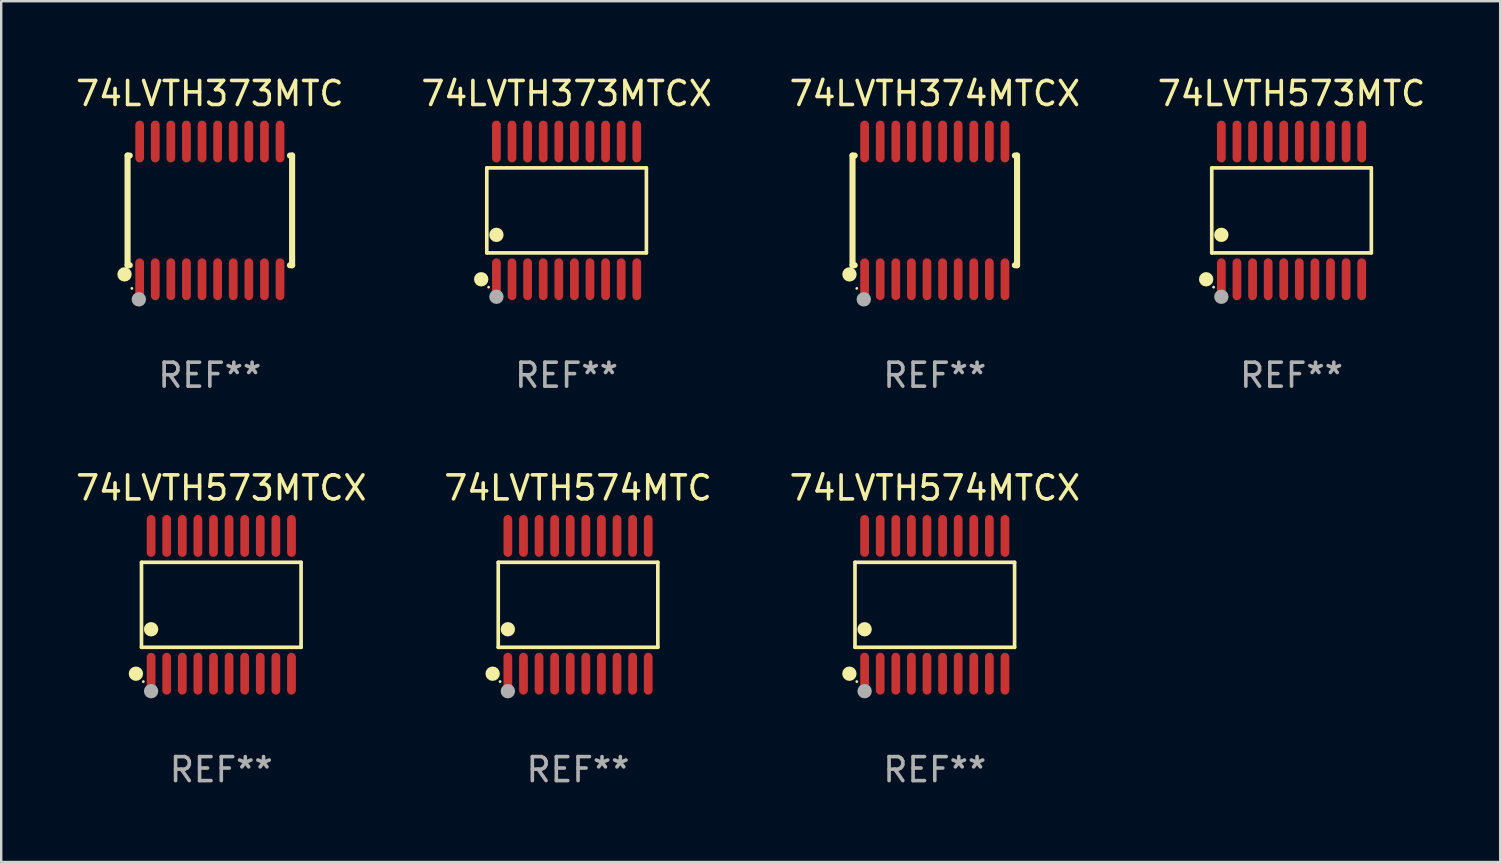
<source format=kicad_pcb>
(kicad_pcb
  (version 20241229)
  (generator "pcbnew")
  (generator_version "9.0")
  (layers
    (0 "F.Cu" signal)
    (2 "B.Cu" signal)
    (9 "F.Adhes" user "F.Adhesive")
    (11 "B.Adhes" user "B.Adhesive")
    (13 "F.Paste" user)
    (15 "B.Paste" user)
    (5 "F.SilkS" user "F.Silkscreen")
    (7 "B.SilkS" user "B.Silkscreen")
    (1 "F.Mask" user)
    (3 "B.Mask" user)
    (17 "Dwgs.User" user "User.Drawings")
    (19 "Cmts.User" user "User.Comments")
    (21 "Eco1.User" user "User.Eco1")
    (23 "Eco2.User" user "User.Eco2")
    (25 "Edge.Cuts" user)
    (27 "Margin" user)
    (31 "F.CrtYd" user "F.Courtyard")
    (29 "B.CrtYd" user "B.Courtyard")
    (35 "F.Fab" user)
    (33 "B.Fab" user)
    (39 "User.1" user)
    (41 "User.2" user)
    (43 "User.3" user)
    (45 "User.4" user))
  (footprint "74LVTH573MTC"
    (layer "F.Cu")
    (at 50.78 5.719)
    (property "Reference" "74LVTH573MTC" (at 0 -4.871 0) (layer "F.SilkS") (effects (font (size 1 1) (thickness 0.15))))
    (attr through_hole)
    (fp_line (start -3.326 -1.771) (end 3.326 -1.771) (stroke (width 0.152) (type solid)) (layer "F.SilkS"))
    (fp_line (start -3.326 1.771) (end -3.326 -1.771) (stroke (width 0.152) (type solid)) (layer "F.SilkS"))
    (fp_line (start 3.326 -1.771) (end 3.326 1.771) (stroke (width 0.152) (type solid)) (layer "F.SilkS"))
    (fp_line (start 3.326 1.771) (end -3.326 1.771) (stroke (width 0.152) (type solid)) (layer "F.SilkS"))
    (fp_circle (center -3.559 2.871) (end -3.409 2.871) (stroke (width 0.3) (type solid)) (fill no) (layer "F.SilkS"))
    (fp_circle (center -3.25 3.2) (end -3.22 3.2) (stroke (width 0.06) (type solid)) (fill no) (layer "F.SilkS"))
    (fp_circle (center -2.925 1.019) (end -2.775 1.019) (stroke (width 0.3) (type solid)) (fill no) (layer "F.SilkS"))
    (fp_circle (center -2.925 3.6) (end -2.775 3.6) (stroke (width 0.3) (type solid)) (fill no) (layer "F.Fab"))
    (fp_text user "REF**" (at 0 6.871 0) (layer "F.Fab") (effects (font (size 1 1) (thickness 0.15))))
    (pad "1" smd oval (at -2.925 2.871) (size 0.364 1.742) (layers "F.Cu" "F.Mask" "F.Paste"))
    (pad "2" smd oval (at -2.275 2.871) (size 0.364 1.742) (layers "F.Cu" "F.Mask" "F.Paste"))
    (pad "3" smd oval (at -1.625 2.871) (size 0.364 1.742) (layers "F.Cu" "F.Mask" "F.Paste"))
    (pad "4" smd oval (at -0.975 2.871) (size 0.364 1.742) (layers "F.Cu" "F.Mask" "F.Paste"))
    (pad "5" smd oval (at -0.325 2.871) (size 0.364 1.742) (layers "F.Cu" "F.Mask" "F.Paste"))
    (pad "6" smd oval (at 0.325 2.871) (size 0.364 1.742) (layers "F.Cu" "F.Mask" "F.Paste"))
    (pad "7" smd oval (at 0.975 2.871) (size 0.364 1.742) (layers "F.Cu" "F.Mask" "F.Paste"))
    (pad "8" smd oval (at 1.625 2.871) (size 0.364 1.742) (layers "F.Cu" "F.Mask" "F.Paste"))
    (pad "9" smd oval (at 2.275 2.871) (size 0.364 1.742) (layers "F.Cu" "F.Mask" "F.Paste"))
    (pad "10" smd oval (at 2.925 2.871) (size 0.364 1.742) (layers "F.Cu" "F.Mask" "F.Paste"))
    (pad "11" smd oval (at 2.925 -2.871) (size 0.364 1.742) (layers "F.Cu" "F.Mask" "F.Paste"))
    (pad "12" smd oval (at 2.275 -2.871) (size 0.364 1.742) (layers "F.Cu" "F.Mask" "F.Paste"))
    (pad "13" smd oval (at 1.625 -2.871) (size 0.364 1.742) (layers "F.Cu" "F.Mask" "F.Paste"))
    (pad "14" smd oval (at 0.975 -2.871) (size 0.364 1.742) (layers "F.Cu" "F.Mask" "F.Paste"))
    (pad "15" smd oval (at 0.325 -2.871) (size 0.364 1.742) (layers "F.Cu" "F.Mask" "F.Paste"))
    (pad "16" smd oval (at -0.325 -2.871) (size 0.364 1.742) (layers "F.Cu" "F.Mask" "F.Paste"))
    (pad "17" smd oval (at -0.975 -2.871) (size 0.364 1.742) (layers "F.Cu" "F.Mask" "F.Paste"))
    (pad "18" smd oval (at -1.625 -2.871) (size 0.364 1.742) (layers "F.Cu" "F.Mask" "F.Paste"))
    (pad "19" smd oval (at -2.275 -2.871) (size 0.364 1.742) (layers "F.Cu" "F.Mask" "F.Paste"))
    (pad "20" smd oval (at -2.925 -2.871) (size 0.364 1.742) (layers "F.Cu" "F.Mask" "F.Paste")))
  (footprint "74LVTH574MTC"
    (layer "F.Cu")
    (at 21.042 22.158)
    (property "Reference" "74LVTH574MTC" (at 0 -4.871 0) (layer "F.SilkS") (effects (font (size 1 1) (thickness 0.15))))
    (attr through_hole)
    (fp_line (start -3.326 -1.771) (end 3.326 -1.771) (stroke (width 0.152) (type solid)) (layer "F.SilkS"))
    (fp_line (start -3.326 1.771) (end -3.326 -1.771) (stroke (width 0.152) (type solid)) (layer "F.SilkS"))
    (fp_line (start 3.326 -1.771) (end 3.326 1.771) (stroke (width 0.152) (type solid)) (layer "F.SilkS"))
    (fp_line (start 3.326 1.771) (end -3.326 1.771) (stroke (width 0.152) (type solid)) (layer "F.SilkS"))
    (fp_circle (center -3.559 2.871) (end -3.409 2.871) (stroke (width 0.3) (type solid)) (fill no) (layer "F.SilkS"))
    (fp_circle (center -3.25 3.2) (end -3.22 3.2) (stroke (width 0.06) (type solid)) (fill no) (layer "F.SilkS"))
    (fp_circle (center -2.925 1.019) (end -2.775 1.019) (stroke (width 0.3) (type solid)) (fill no) (layer "F.SilkS"))
    (fp_circle (center -2.925 3.6) (end -2.775 3.6) (stroke (width 0.3) (type solid)) (fill no) (layer "F.Fab"))
    (fp_text user "REF**" (at 0 6.871 0) (layer "F.Fab") (effects (font (size 1 1) (thickness 0.15))))
    (pad "1" smd oval (at -2.925 2.871) (size 0.364 1.742) (layers "F.Cu" "F.Mask" "F.Paste"))
    (pad "2" smd oval (at -2.275 2.871) (size 0.364 1.742) (layers "F.Cu" "F.Mask" "F.Paste"))
    (pad "3" smd oval (at -1.625 2.871) (size 0.364 1.742) (layers "F.Cu" "F.Mask" "F.Paste"))
    (pad "4" smd oval (at -0.975 2.871) (size 0.364 1.742) (layers "F.Cu" "F.Mask" "F.Paste"))
    (pad "5" smd oval (at -0.325 2.871) (size 0.364 1.742) (layers "F.Cu" "F.Mask" "F.Paste"))
    (pad "6" smd oval (at 0.325 2.871) (size 0.364 1.742) (layers "F.Cu" "F.Mask" "F.Paste"))
    (pad "7" smd oval (at 0.975 2.871) (size 0.364 1.742) (layers "F.Cu" "F.Mask" "F.Paste"))
    (pad "8" smd oval (at 1.625 2.871) (size 0.364 1.742) (layers "F.Cu" "F.Mask" "F.Paste"))
    (pad "9" smd oval (at 2.275 2.871) (size 0.364 1.742) (layers "F.Cu" "F.Mask" "F.Paste"))
    (pad "10" smd oval (at 2.925 2.871) (size 0.364 1.742) (layers "F.Cu" "F.Mask" "F.Paste"))
    (pad "11" smd oval (at 2.925 -2.871) (size 0.364 1.742) (layers "F.Cu" "F.Mask" "F.Paste"))
    (pad "12" smd oval (at 2.275 -2.871) (size 0.364 1.742) (layers "F.Cu" "F.Mask" "F.Paste"))
    (pad "13" smd oval (at 1.625 -2.871) (size 0.364 1.742) (layers "F.Cu" "F.Mask" "F.Paste"))
    (pad "14" smd oval (at 0.975 -2.871) (size 0.364 1.742) (layers "F.Cu" "F.Mask" "F.Paste"))
    (pad "15" smd oval (at 0.325 -2.871) (size 0.364 1.742) (layers "F.Cu" "F.Mask" "F.Paste"))
    (pad "16" smd oval (at -0.325 -2.871) (size 0.364 1.742) (layers "F.Cu" "F.Mask" "F.Paste"))
    (pad "17" smd oval (at -0.975 -2.871) (size 0.364 1.742) (layers "F.Cu" "F.Mask" "F.Paste"))
    (pad "18" smd oval (at -1.625 -2.871) (size 0.364 1.742) (layers "F.Cu" "F.Mask" "F.Paste"))
    (pad "19" smd oval (at -2.275 -2.871) (size 0.364 1.742) (layers "F.Cu" "F.Mask" "F.Paste"))
    (pad "20" smd oval (at -2.925 -2.871) (size 0.364 1.742) (layers "F.Cu" "F.Mask" "F.Paste")))
  (footprint "74LVTH373MTC"
    (layer "F.Cu")
    (at 5.696 5.719)
    (property "Reference" "74LVTH373MTC" (at 0 -4.871 0) (layer "F.SilkS") (effects (font (size 1 1) (thickness 0.15))))
    (attr through_hole)
    (fp_line (start -3.429 -2.286) (end -3.429 2.286) (stroke (width 0.254) (type solid)) (layer "F.SilkS"))
    (fp_line (start -3.429 2.286) (end -3.338 2.286) (stroke (width 0.254) (type solid)) (layer "F.SilkS"))
    (fp_line (start -3.338 -2.286) (end -3.429 -2.286) (stroke (width 0.254) (type solid)) (layer "F.SilkS"))
    (fp_line (start 3.338 -2.286) (end 3.429 -2.286) (stroke (width 0.254) (type solid)) (layer "F.SilkS"))
    (fp_line (start 3.429 -2.286) (end 3.429 2.286) (stroke (width 0.254) (type solid)) (layer "F.SilkS"))
    (fp_line (start 3.429 2.286) (end 3.338 2.286) (stroke (width 0.254) (type solid)) (layer "F.SilkS"))
    (fp_circle (center -3.556 2.667) (end -3.406 2.667) (stroke (width 0.3) (type solid)) (fill no) (layer "F.SilkS"))
    (fp_circle (center -3.25 3.25) (end -3.22 3.25) (stroke (width 0.06) (type solid)) (fill no) (layer "F.SilkS"))
    (fp_circle (center -2.959 3.707) (end -2.808 3.707) (stroke (width 0.3) (type solid)) (fill no) (layer "F.Fab"))
    (fp_text user "REF**" (at 0 6.871 0) (layer "F.Fab") (effects (font (size 1 1) (thickness 0.15))))
    (pad "1" smd oval (at -2.925 2.871) (size 0.364 1.742) (layers "F.Cu" "F.Mask" "F.Paste"))
    (pad "2" smd oval (at -2.275 2.871) (size 0.364 1.742) (layers "F.Cu" "F.Mask" "F.Paste"))
    (pad "3" smd oval (at -1.625 2.871) (size 0.364 1.742) (layers "F.Cu" "F.Mask" "F.Paste"))
    (pad "4" smd oval (at -0.975 2.871) (size 0.364 1.742) (layers "F.Cu" "F.Mask" "F.Paste"))
    (pad "5" smd oval (at -0.325 2.871) (size 0.364 1.742) (layers "F.Cu" "F.Mask" "F.Paste"))
    (pad "6" smd oval (at 0.325 2.871) (size 0.364 1.742) (layers "F.Cu" "F.Mask" "F.Paste"))
    (pad "7" smd oval (at 0.975 2.871) (size 0.364 1.742) (layers "F.Cu" "F.Mask" "F.Paste"))
    (pad "8" smd oval (at 1.625 2.871) (size 0.364 1.742) (layers "F.Cu" "F.Mask" "F.Paste"))
    (pad "9" smd oval (at 2.275 2.871) (size 0.364 1.742) (layers "F.Cu" "F.Mask" "F.Paste"))
    (pad "10" smd oval (at 2.925 2.871) (size 0.364 1.742) (layers "F.Cu" "F.Mask" "F.Paste"))
    (pad "11" smd oval (at 2.925 -2.871) (size 0.364 1.742) (layers "F.Cu" "F.Mask" "F.Paste"))
    (pad "12" smd oval (at 2.275 -2.871) (size 0.364 1.742) (layers "F.Cu" "F.Mask" "F.Paste"))
    (pad "13" smd oval (at 1.625 -2.871) (size 0.364 1.742) (layers "F.Cu" "F.Mask" "F.Paste"))
    (pad "14" smd oval (at 0.975 -2.871) (size 0.364 1.742) (layers "F.Cu" "F.Mask" "F.Paste"))
    (pad "15" smd oval (at 0.325 -2.871) (size 0.364 1.742) (layers "F.Cu" "F.Mask" "F.Paste"))
    (pad "16" smd oval (at -0.325 -2.871) (size 0.364 1.742) (layers "F.Cu" "F.Mask" "F.Paste"))
    (pad "17" smd oval (at -0.975 -2.871) (size 0.364 1.742) (layers "F.Cu" "F.Mask" "F.Paste"))
    (pad "18" smd oval (at -1.625 -2.871) (size 0.364 1.742) (layers "F.Cu" "F.Mask" "F.Paste"))
    (pad "19" smd oval (at -2.275 -2.871) (size 0.364 1.742) (layers "F.Cu" "F.Mask" "F.Paste"))
    (pad "20" smd oval (at -2.925 -2.871) (size 0.364 1.742) (layers "F.Cu" "F.Mask" "F.Paste")))
  (footprint "74LVTH573MTCX"
    (layer "F.Cu")
    (at 6.173 22.158)
    (property "Reference" "74LVTH573MTCX" (at 0 -4.871 0) (layer "F.SilkS") (effects (font (size 1 1) (thickness 0.15))))
    (attr through_hole)
    (fp_line (start -3.326 -1.771) (end 3.326 -1.771) (stroke (width 0.152) (type solid)) (layer "F.SilkS"))
    (fp_line (start -3.326 1.771) (end -3.326 -1.771) (stroke (width 0.152) (type solid)) (layer "F.SilkS"))
    (fp_line (start 3.326 -1.771) (end 3.326 1.771) (stroke (width 0.152) (type solid)) (layer "F.SilkS"))
    (fp_line (start 3.326 1.771) (end -3.326 1.771) (stroke (width 0.152) (type solid)) (layer "F.SilkS"))
    (fp_circle (center -3.559 2.871) (end -3.409 2.871) (stroke (width 0.3) (type solid)) (fill no) (layer "F.SilkS"))
    (fp_circle (center -3.25 3.2) (end -3.22 3.2) (stroke (width 0.06) (type solid)) (fill no) (layer "F.SilkS"))
    (fp_circle (center -2.925 1.019) (end -2.775 1.019) (stroke (width 0.3) (type solid)) (fill no) (layer "F.SilkS"))
    (fp_circle (center -2.925 3.6) (end -2.775 3.6) (stroke (width 0.3) (type solid)) (fill no) (layer "F.Fab"))
    (fp_text user "REF**" (at 0 6.871 0) (layer "F.Fab") (effects (font (size 1 1) (thickness 0.15))))
    (pad "1" smd oval (at -2.925 2.871) (size 0.364 1.742) (layers "F.Cu" "F.Mask" "F.Paste"))
    (pad "2" smd oval (at -2.275 2.871) (size 0.364 1.742) (layers "F.Cu" "F.Mask" "F.Paste"))
    (pad "3" smd oval (at -1.625 2.871) (size 0.364 1.742) (layers "F.Cu" "F.Mask" "F.Paste"))
    (pad "4" smd oval (at -0.975 2.871) (size 0.364 1.742) (layers "F.Cu" "F.Mask" "F.Paste"))
    (pad "5" smd oval (at -0.325 2.871) (size 0.364 1.742) (layers "F.Cu" "F.Mask" "F.Paste"))
    (pad "6" smd oval (at 0.325 2.871) (size 0.364 1.742) (layers "F.Cu" "F.Mask" "F.Paste"))
    (pad "7" smd oval (at 0.975 2.871) (size 0.364 1.742) (layers "F.Cu" "F.Mask" "F.Paste"))
    (pad "8" smd oval (at 1.625 2.871) (size 0.364 1.742) (layers "F.Cu" "F.Mask" "F.Paste"))
    (pad "9" smd oval (at 2.275 2.871) (size 0.364 1.742) (layers "F.Cu" "F.Mask" "F.Paste"))
    (pad "10" smd oval (at 2.925 2.871) (size 0.364 1.742) (layers "F.Cu" "F.Mask" "F.Paste"))
    (pad "11" smd oval (at 2.925 -2.871) (size 0.364 1.742) (layers "F.Cu" "F.Mask" "F.Paste"))
    (pad "12" smd oval (at 2.275 -2.871) (size 0.364 1.742) (layers "F.Cu" "F.Mask" "F.Paste"))
    (pad "13" smd oval (at 1.625 -2.871) (size 0.364 1.742) (layers "F.Cu" "F.Mask" "F.Paste"))
    (pad "14" smd oval (at 0.975 -2.871) (size 0.364 1.742) (layers "F.Cu" "F.Mask" "F.Paste"))
    (pad "15" smd oval (at 0.325 -2.871) (size 0.364 1.742) (layers "F.Cu" "F.Mask" "F.Paste"))
    (pad "16" smd oval (at -0.325 -2.871) (size 0.364 1.742) (layers "F.Cu" "F.Mask" "F.Paste"))
    (pad "17" smd oval (at -0.975 -2.871) (size 0.364 1.742) (layers "F.Cu" "F.Mask" "F.Paste"))
    (pad "18" smd oval (at -1.625 -2.871) (size 0.364 1.742) (layers "F.Cu" "F.Mask" "F.Paste"))
    (pad "19" smd oval (at -2.275 -2.871) (size 0.364 1.742) (layers "F.Cu" "F.Mask" "F.Paste"))
    (pad "20" smd oval (at -2.925 -2.871) (size 0.364 1.742) (layers "F.Cu" "F.Mask" "F.Paste")))
  (footprint "74LVTH373MTCX"
    (layer "F.Cu")
    (at 20.565 5.719)
    (property "Reference" "74LVTH373MTCX" (at 0 -4.871 0) (layer "F.SilkS") (effects (font (size 1 1) (thickness 0.15))))
    (attr through_hole)
    (fp_line (start -3.326 -1.771) (end 3.326 -1.771) (stroke (width 0.152) (type solid)) (layer "F.SilkS"))
    (fp_line (start -3.326 1.771) (end -3.326 -1.771) (stroke (width 0.152) (type solid)) (layer "F.SilkS"))
    (fp_line (start 3.326 -1.771) (end 3.326 1.771) (stroke (width 0.152) (type solid)) (layer "F.SilkS"))
    (fp_line (start 3.326 1.771) (end -3.326 1.771) (stroke (width 0.152) (type solid)) (layer "F.SilkS"))
    (fp_circle (center -3.559 2.871) (end -3.409 2.871) (stroke (width 0.3) (type solid)) (fill no) (layer "F.SilkS"))
    (fp_circle (center -3.25 3.2) (end -3.22 3.2) (stroke (width 0.06) (type solid)) (fill no) (layer "F.SilkS"))
    (fp_circle (center -2.925 1.019) (end -2.775 1.019) (stroke (width 0.3) (type solid)) (fill no) (layer "F.SilkS"))
    (fp_circle (center -2.925 3.6) (end -2.775 3.6) (stroke (width 0.3) (type solid)) (fill no) (layer "F.Fab"))
    (fp_text user "REF**" (at 0 6.871 0) (layer "F.Fab") (effects (font (size 1 1) (thickness 0.15))))
    (pad "1" smd oval (at -2.925 2.871) (size 0.364 1.742) (layers "F.Cu" "F.Mask" "F.Paste"))
    (pad "2" smd oval (at -2.275 2.871) (size 0.364 1.742) (layers "F.Cu" "F.Mask" "F.Paste"))
    (pad "3" smd oval (at -1.625 2.871) (size 0.364 1.742) (layers "F.Cu" "F.Mask" "F.Paste"))
    (pad "4" smd oval (at -0.975 2.871) (size 0.364 1.742) (layers "F.Cu" "F.Mask" "F.Paste"))
    (pad "5" smd oval (at -0.325 2.871) (size 0.364 1.742) (layers "F.Cu" "F.Mask" "F.Paste"))
    (pad "6" smd oval (at 0.325 2.871) (size 0.364 1.742) (layers "F.Cu" "F.Mask" "F.Paste"))
    (pad "7" smd oval (at 0.975 2.871) (size 0.364 1.742) (layers "F.Cu" "F.Mask" "F.Paste"))
    (pad "8" smd oval (at 1.625 2.871) (size 0.364 1.742) (layers "F.Cu" "F.Mask" "F.Paste"))
    (pad "9" smd oval (at 2.275 2.871) (size 0.364 1.742) (layers "F.Cu" "F.Mask" "F.Paste"))
    (pad "10" smd oval (at 2.925 2.871) (size 0.364 1.742) (layers "F.Cu" "F.Mask" "F.Paste"))
    (pad "11" smd oval (at 2.925 -2.871) (size 0.364 1.742) (layers "F.Cu" "F.Mask" "F.Paste"))
    (pad "12" smd oval (at 2.275 -2.871) (size 0.364 1.742) (layers "F.Cu" "F.Mask" "F.Paste"))
    (pad "13" smd oval (at 1.625 -2.871) (size 0.364 1.742) (layers "F.Cu" "F.Mask" "F.Paste"))
    (pad "14" smd oval (at 0.975 -2.871) (size 0.364 1.742) (layers "F.Cu" "F.Mask" "F.Paste"))
    (pad "15" smd oval (at 0.325 -2.871) (size 0.364 1.742) (layers "F.Cu" "F.Mask" "F.Paste"))
    (pad "16" smd oval (at -0.325 -2.871) (size 0.364 1.742) (layers "F.Cu" "F.Mask" "F.Paste"))
    (pad "17" smd oval (at -0.975 -2.871) (size 0.364 1.742) (layers "F.Cu" "F.Mask" "F.Paste"))
    (pad "18" smd oval (at -1.625 -2.871) (size 0.364 1.742) (layers "F.Cu" "F.Mask" "F.Paste"))
    (pad "19" smd oval (at -2.275 -2.871) (size 0.364 1.742) (layers "F.Cu" "F.Mask" "F.Paste"))
    (pad "20" smd oval (at -2.925 -2.871) (size 0.364 1.742) (layers "F.Cu" "F.Mask" "F.Paste")))
  (footprint "74LVTH574MTCX"
    (layer "F.Cu")
    (at 35.911 22.158)
    (property "Reference" "74LVTH574MTCX" (at 0 -4.871 0) (layer "F.SilkS") (effects (font (size 1 1) (thickness 0.15))))
    (attr through_hole)
    (fp_line (start -3.326 -1.771) (end 3.326 -1.771) (stroke (width 0.152) (type solid)) (layer "F.SilkS"))
    (fp_line (start -3.326 1.771) (end -3.326 -1.771) (stroke (width 0.152) (type solid)) (layer "F.SilkS"))
    (fp_line (start 3.326 -1.771) (end 3.326 1.771) (stroke (width 0.152) (type solid)) (layer "F.SilkS"))
    (fp_line (start 3.326 1.771) (end -3.326 1.771) (stroke (width 0.152) (type solid)) (layer "F.SilkS"))
    (fp_circle (center -3.559 2.871) (end -3.409 2.871) (stroke (width 0.3) (type solid)) (fill no) (layer "F.SilkS"))
    (fp_circle (center -3.25 3.2) (end -3.22 3.2) (stroke (width 0.06) (type solid)) (fill no) (layer "F.SilkS"))
    (fp_circle (center -2.925 1.019) (end -2.775 1.019) (stroke (width 0.3) (type solid)) (fill no) (layer "F.SilkS"))
    (fp_circle (center -2.925 3.6) (end -2.775 3.6) (stroke (width 0.3) (type solid)) (fill no) (layer "F.Fab"))
    (fp_text user "REF**" (at 0 6.871 0) (layer "F.Fab") (effects (font (size 1 1) (thickness 0.15))))
    (pad "1" smd oval (at -2.925 2.871) (size 0.364 1.742) (layers "F.Cu" "F.Mask" "F.Paste"))
    (pad "2" smd oval (at -2.275 2.871) (size 0.364 1.742) (layers "F.Cu" "F.Mask" "F.Paste"))
    (pad "3" smd oval (at -1.625 2.871) (size 0.364 1.742) (layers "F.Cu" "F.Mask" "F.Paste"))
    (pad "4" smd oval (at -0.975 2.871) (size 0.364 1.742) (layers "F.Cu" "F.Mask" "F.Paste"))
    (pad "5" smd oval (at -0.325 2.871) (size 0.364 1.742) (layers "F.Cu" "F.Mask" "F.Paste"))
    (pad "6" smd oval (at 0.325 2.871) (size 0.364 1.742) (layers "F.Cu" "F.Mask" "F.Paste"))
    (pad "7" smd oval (at 0.975 2.871) (size 0.364 1.742) (layers "F.Cu" "F.Mask" "F.Paste"))
    (pad "8" smd oval (at 1.625 2.871) (size 0.364 1.742) (layers "F.Cu" "F.Mask" "F.Paste"))
    (pad "9" smd oval (at 2.275 2.871) (size 0.364 1.742) (layers "F.Cu" "F.Mask" "F.Paste"))
    (pad "10" smd oval (at 2.925 2.871) (size 0.364 1.742) (layers "F.Cu" "F.Mask" "F.Paste"))
    (pad "11" smd oval (at 2.925 -2.871) (size 0.364 1.742) (layers "F.Cu" "F.Mask" "F.Paste"))
    (pad "12" smd oval (at 2.275 -2.871) (size 0.364 1.742) (layers "F.Cu" "F.Mask" "F.Paste"))
    (pad "13" smd oval (at 1.625 -2.871) (size 0.364 1.742) (layers "F.Cu" "F.Mask" "F.Paste"))
    (pad "14" smd oval (at 0.975 -2.871) (size 0.364 1.742) (layers "F.Cu" "F.Mask" "F.Paste"))
    (pad "15" smd oval (at 0.325 -2.871) (size 0.364 1.742) (layers "F.Cu" "F.Mask" "F.Paste"))
    (pad "16" smd oval (at -0.325 -2.871) (size 0.364 1.742) (layers "F.Cu" "F.Mask" "F.Paste"))
    (pad "17" smd oval (at -0.975 -2.871) (size 0.364 1.742) (layers "F.Cu" "F.Mask" "F.Paste"))
    (pad "18" smd oval (at -1.625 -2.871) (size 0.364 1.742) (layers "F.Cu" "F.Mask" "F.Paste"))
    (pad "19" smd oval (at -2.275 -2.871) (size 0.364 1.742) (layers "F.Cu" "F.Mask" "F.Paste"))
    (pad "20" smd oval (at -2.925 -2.871) (size 0.364 1.742) (layers "F.Cu" "F.Mask" "F.Paste")))
  (footprint "74LVTH374MTCX"
    (layer "F.Cu")
    (at 35.911 5.719)
    (property "Reference" "74LVTH374MTCX" (at 0 -4.871 0) (layer "F.SilkS") (effects (font (size 1 1) (thickness 0.15))))
    (attr through_hole)
    (fp_line (start -3.429 -2.286) (end -3.429 2.286) (stroke (width 0.254) (type solid)) (layer "F.SilkS"))
    (fp_line (start -3.429 2.286) (end -3.338 2.286) (stroke (width 0.254) (type solid)) (layer "F.SilkS"))
    (fp_line (start -3.338 -2.286) (end -3.429 -2.286) (stroke (width 0.254) (type solid)) (layer "F.SilkS"))
    (fp_line (start 3.338 -2.286) (end 3.429 -2.286) (stroke (width 0.254) (type solid)) (layer "F.SilkS"))
    (fp_line (start 3.429 -2.286) (end 3.429 2.286) (stroke (width 0.254) (type solid)) (layer "F.SilkS"))
    (fp_line (start 3.429 2.286) (end 3.338 2.286) (stroke (width 0.254) (type solid)) (layer "F.SilkS"))
    (fp_circle (center -3.556 2.667) (end -3.406 2.667) (stroke (width 0.3) (type solid)) (fill no) (layer "F.SilkS"))
    (fp_circle (center -3.25 3.25) (end -3.22 3.25) (stroke (width 0.06) (type solid)) (fill no) (layer "F.SilkS"))
    (fp_circle (center -2.959 3.707) (end -2.808 3.707) (stroke (width 0.3) (type solid)) (fill no) (layer "F.Fab"))
    (fp_text user "REF**" (at 0 6.871 0) (layer "F.Fab") (effects (font (size 1 1) (thickness 0.15))))
    (pad "1" smd oval (at -2.925 2.871) (size 0.364 1.742) (layers "F.Cu" "F.Mask" "F.Paste"))
    (pad "2" smd oval (at -2.275 2.871) (size 0.364 1.742) (layers "F.Cu" "F.Mask" "F.Paste"))
    (pad "3" smd oval (at -1.625 2.871) (size 0.364 1.742) (layers "F.Cu" "F.Mask" "F.Paste"))
    (pad "4" smd oval (at -0.975 2.871) (size 0.364 1.742) (layers "F.Cu" "F.Mask" "F.Paste"))
    (pad "5" smd oval (at -0.325 2.871) (size 0.364 1.742) (layers "F.Cu" "F.Mask" "F.Paste"))
    (pad "6" smd oval (at 0.325 2.871) (size 0.364 1.742) (layers "F.Cu" "F.Mask" "F.Paste"))
    (pad "7" smd oval (at 0.975 2.871) (size 0.364 1.742) (layers "F.Cu" "F.Mask" "F.Paste"))
    (pad "8" smd oval (at 1.625 2.871) (size 0.364 1.742) (layers "F.Cu" "F.Mask" "F.Paste"))
    (pad "9" smd oval (at 2.275 2.871) (size 0.364 1.742) (layers "F.Cu" "F.Mask" "F.Paste"))
    (pad "10" smd oval (at 2.925 2.871) (size 0.364 1.742) (layers "F.Cu" "F.Mask" "F.Paste"))
    (pad "11" smd oval (at 2.925 -2.871) (size 0.364 1.742) (layers "F.Cu" "F.Mask" "F.Paste"))
    (pad "12" smd oval (at 2.275 -2.871) (size 0.364 1.742) (layers "F.Cu" "F.Mask" "F.Paste"))
    (pad "13" smd oval (at 1.625 -2.871) (size 0.364 1.742) (layers "F.Cu" "F.Mask" "F.Paste"))
    (pad "14" smd oval (at 0.975 -2.871) (size 0.364 1.742) (layers "F.Cu" "F.Mask" "F.Paste"))
    (pad "15" smd oval (at 0.325 -2.871) (size 0.364 1.742) (layers "F.Cu" "F.Mask" "F.Paste"))
    (pad "16" smd oval (at -0.325 -2.871) (size 0.364 1.742) (layers "F.Cu" "F.Mask" "F.Paste"))
    (pad "17" smd oval (at -0.975 -2.871) (size 0.364 1.742) (layers "F.Cu" "F.Mask" "F.Paste"))
    (pad "18" smd oval (at -1.625 -2.871) (size 0.364 1.742) (layers "F.Cu" "F.Mask" "F.Paste"))
    (pad "19" smd oval (at -2.275 -2.871) (size 0.364 1.742) (layers "F.Cu" "F.Mask" "F.Paste"))
    (pad "20" smd oval (at -2.925 -2.871) (size 0.364 1.742) (layers "F.Cu" "F.Mask" "F.Paste")))
  (gr_rect
    (start -3 -3)
    (end 59.476 32.877)
    (stroke (width 0.1) (type default))
    (fill no)
    (layer "Edge.Cuts")))
</source>
